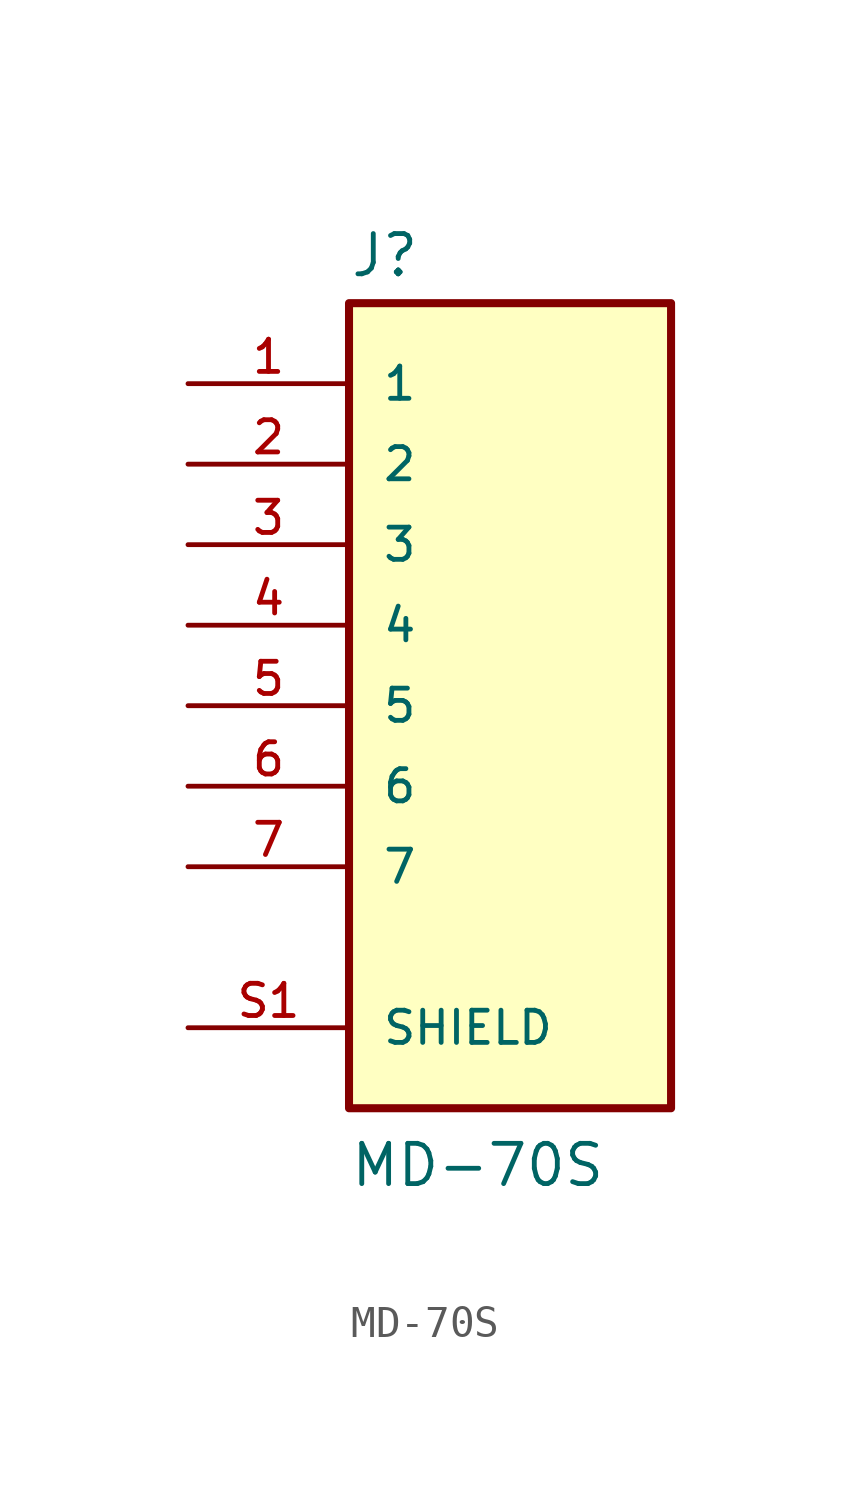
<source format=kicad_sym>
(kicad_symbol_lib
  (version 20241209)
  (generator "kicad_symbol_editor")
  (generator_version "9.0")
  (symbol "MD-70S"
    (pin_names
      (offset 1.016))
    (property "Reference" "J"
      (at -5.08 13.462 0)
      (effects (font (size 1.27 1.27)) (justify left bottom)))
    (property "Value" "MD-70S"
      (at -5.08 -15.24 0)
      (effects (font (size 1.27 1.27)) (justify left bottom)))
    (symbol "MD-70S_0_0"
      (rectangle (start -5.08 -12.7) (end 5.08 12.7) (stroke (width 0.254) (type default)) (fill (type background)))
      (pin passive line (at -10.16 10.16 0) (length 5.08) (name "1" (effects (font (size 1.016 1.016)))) (number "1" (effects (font (size 1.016 1.016)))))
      (pin passive line (at -10.16 7.62 0) (length 5.08) (name "2" (effects (font (size 1.016 1.016)))) (number "2" (effects (font (size 1.016 1.016)))))
      (pin passive line (at -10.16 5.08 0) (length 5.08) (name "3" (effects (font (size 1.016 1.016)))) (number "3" (effects (font (size 1.016 1.016)))))
      (pin passive line (at -10.16 2.54 0) (length 5.08) (name "4" (effects (font (size 1.016 1.016)))) (number "4" (effects (font (size 1.016 1.016)))))
      (pin passive line (at -10.16 0 0) (length 5.08) (name "5" (effects (font (size 1.016 1.016)))) (number "5" (effects (font (size 1.016 1.016)))))
      (pin passive line (at -10.16 -2.54 0) (length 5.08) (name "6" (effects (font (size 1.016 1.016)))) (number "6" (effects (font (size 1.016 1.016)))))
      (pin passive line (at -10.16 -5.08 0) (length 5.08) (name "7" (effects (font (size 1.016 1.016)))) (number "7" (effects (font (size 1.016 1.016)))))
      (pin passive line (at -10.16 -10.16 0) (length 5.08) (name "SHIELD" (effects (font (size 1.016 1.016)))) (number "S1" (effects (font (size 1.016 1.016))))))))
</source>
